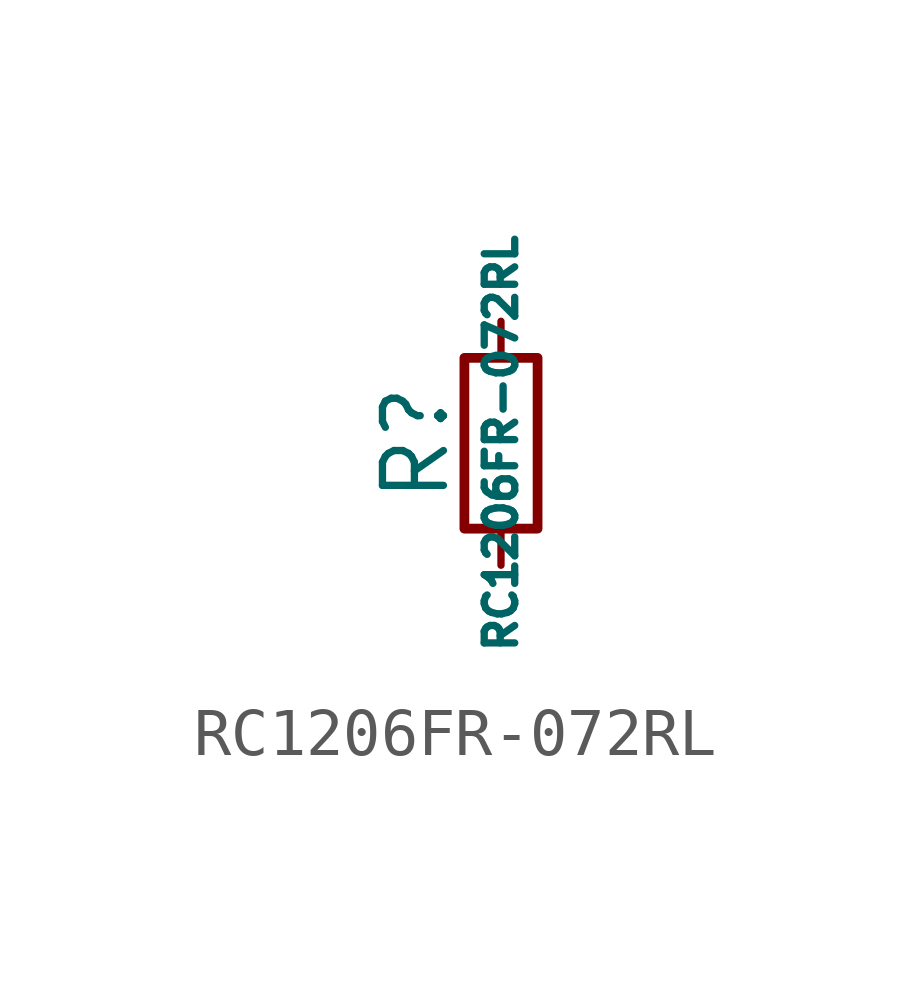
<source format=kicad_sym>
(kicad_symbol_lib
  (version 20220914)
  (generator kicad_symbol_editor)
  (symbol "RC1206FR-072RL"
    (pin_numbers hide)
    (pin_names
      (offset 0.254) hide)
    (property "Reference" "R"
      (at -1.778 0 90)
      (effects (font (size 1.27 1.27))))
    (property "Value" "RC1206FR-072RL"
      (at 0 0 90)
      (effects (font (size 0.635 0.635))))
    (symbol "RC1206FR-072RL_0_1"
      (rectangle (start -0.762 1.778) (end 0.762 -1.778) (stroke (width 0.203) (type default)) (fill (type none))))
    (symbol "RC1206FR-072RL_1_1"
      (pin passive line (at 0 2.54 270) (length 0.762) (name "~" (effects (font (size 1.27 1.27)))) (number "1" (effects (font (size 1.27 1.27)))))
      (pin passive line (at 0 -2.54 90) (length 0.762) (name "~" (effects (font (size 1.27 1.27)))) (number "2" (effects (font (size 1.27 1.27))))))))
</source>
